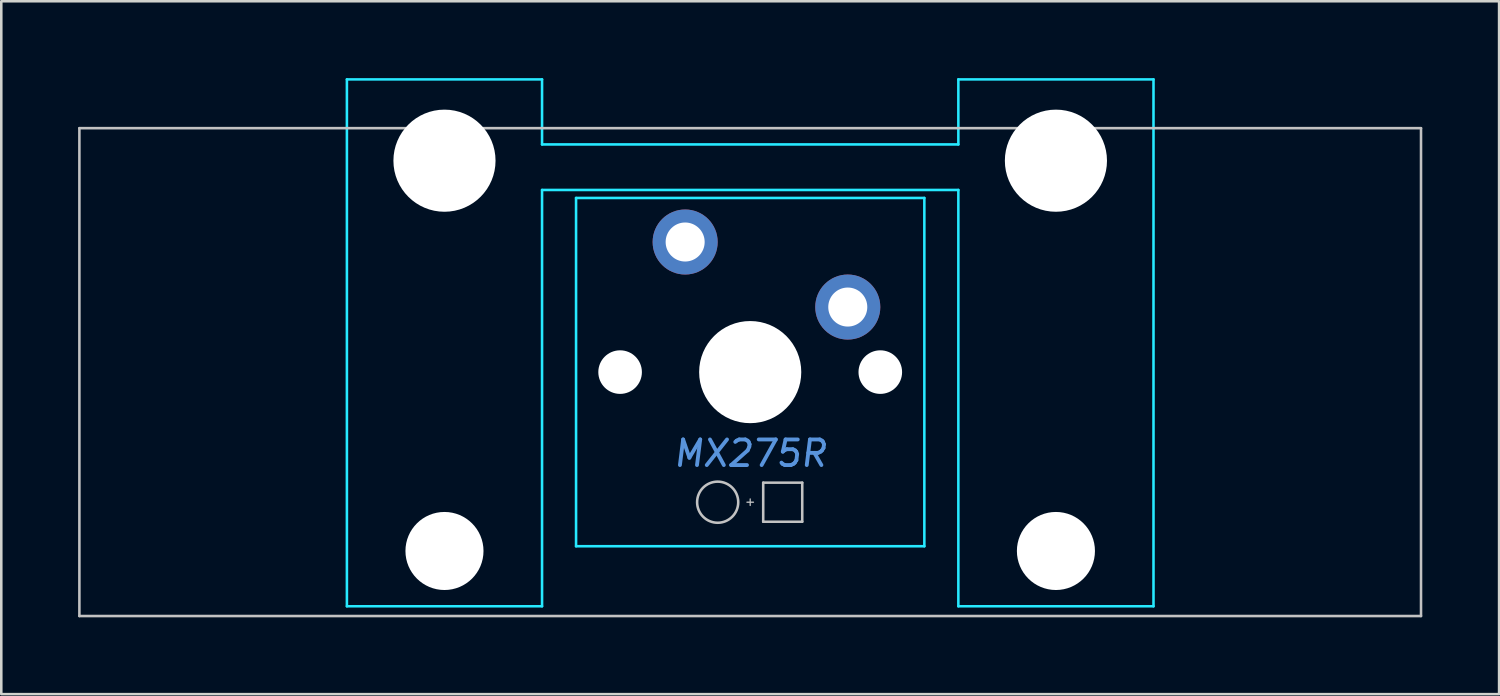
<source format=kicad_pcb>
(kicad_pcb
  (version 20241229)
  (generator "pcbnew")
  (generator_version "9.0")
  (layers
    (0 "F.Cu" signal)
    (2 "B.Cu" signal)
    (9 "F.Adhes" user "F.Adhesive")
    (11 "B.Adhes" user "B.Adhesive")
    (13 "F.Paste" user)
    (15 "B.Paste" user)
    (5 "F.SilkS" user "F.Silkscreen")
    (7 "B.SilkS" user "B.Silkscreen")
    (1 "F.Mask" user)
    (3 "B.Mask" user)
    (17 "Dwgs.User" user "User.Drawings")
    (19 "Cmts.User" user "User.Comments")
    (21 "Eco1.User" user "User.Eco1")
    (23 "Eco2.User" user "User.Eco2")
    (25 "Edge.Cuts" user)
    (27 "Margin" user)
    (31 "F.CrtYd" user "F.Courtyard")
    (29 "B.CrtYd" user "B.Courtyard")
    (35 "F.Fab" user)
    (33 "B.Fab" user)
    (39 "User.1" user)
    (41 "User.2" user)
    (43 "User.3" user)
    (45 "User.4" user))
  (footprint "MX275R"
    (layer "F.Cu")
    (at 26.244 11.48)
    (property "Reference" "MX275R" (at 0 3.175 0) (layer "Cmts.User") (effects (font (size 1 1) (thickness 0.15) (italic yes))))
    (attr through_hole)
    (fp_line (start -26.194 -9.525) (end -26.194 9.525) (stroke (width 0.1) (type solid)) (layer "Dwgs.User"))
    (fp_line (start -26.194 -9.525) (end 26.194 -9.525) (stroke (width 0.1) (type solid)) (layer "Dwgs.User"))
    (fp_line (start -26.194 9.525) (end 26.194 9.525) (stroke (width 0.1) (type solid)) (layer "Dwgs.User"))
    (fp_line (start -0.127 5.08) (end 0.127 5.08) (stroke (width 0.05) (type solid)) (layer "Dwgs.User"))
    (fp_line (start 0 5.207) (end 0 4.953) (stroke (width 0.05) (type solid)) (layer "Dwgs.User"))
    (fp_line (start 0.508 4.318) (end 0.508 5.842) (stroke (width 0.1) (type solid)) (layer "Dwgs.User"))
    (fp_line (start 0.508 4.318) (end 2.032 4.318) (stroke (width 0.1) (type solid)) (layer "Dwgs.User"))
    (fp_line (start 0.508 5.842) (end 2.032 5.842) (stroke (width 0.1) (type solid)) (layer "Dwgs.User"))
    (fp_line (start 2.032 5.842) (end 2.032 4.318) (stroke (width 0.1) (type solid)) (layer "Dwgs.User"))
    (fp_line (start 26.194 -9.525) (end 26.194 9.525) (stroke (width 0.1) (type solid)) (layer "Dwgs.User"))
    (fp_circle (center -1.27 5.08) (end -0.467 5.08) (stroke (width 0.1) (type solid)) (fill no) (layer "Dwgs.User"))
    (fp_line (start -15.438 -8.515) (end -15.438 5.485) (stroke (width 0.1) (type solid)) (layer "Eco1.User"))
    (fp_line (start -14.938 -9.015) (end -8.938 -9.015) (stroke (width 0.1) (type solid)) (layer "Eco1.User"))
    (fp_line (start -8.938 5.985) (end -14.938 5.985) (stroke (width 0.1) (type solid)) (layer "Eco1.User"))
    (fp_line (start -8.438 5.485) (end -8.438 -8.515) (stroke (width 0.1) (type solid)) (layer "Eco1.User"))
    (fp_line (start -7 -6.5) (end -7 6.5) (stroke (width 0.1) (type solid)) (layer "Eco1.User"))
    (fp_line (start -6.5 7) (end 6.5 7) (stroke (width 0.1) (type solid)) (layer "Eco1.User"))
    (fp_line (start 6.5 -7) (end -6.5 -7) (stroke (width 0.1) (type solid)) (layer "Eco1.User"))
    (fp_line (start 7 6.5) (end 7 -6.5) (stroke (width 0.1) (type solid)) (layer "Eco1.User"))
    (fp_line (start 8.438 -8.515) (end 8.438 5.485) (stroke (width 0.1) (type solid)) (layer "Eco1.User"))
    (fp_line (start 8.938 -9.015) (end 14.938 -9.015) (stroke (width 0.1) (type solid)) (layer "Eco1.User"))
    (fp_line (start 14.938 5.985) (end 8.938 5.985) (stroke (width 0.1) (type solid)) (layer "Eco1.User"))
    (fp_line (start 15.438 5.485) (end 15.438 -8.515) (stroke (width 0.1) (type solid)) (layer "Eco1.User"))
    (fp_arc (start -15.438 -8.515) (mid -15.291553 -8.868553) (end -14.938 -9.015) (stroke (width 0.1) (type solid)) (layer "Eco1.User"))
    (fp_arc (start -14.938 5.985) (mid -15.291553 5.838553) (end -15.438 5.485) (stroke (width 0.1) (type solid)) (layer "Eco1.User"))
    (fp_arc (start -8.938 -9.015) (mid -8.584447 -8.868553) (end -8.438 -8.515) (stroke (width 0.1) (type solid)) (layer "Eco1.User"))
    (fp_arc (start -8.438 5.485) (mid -8.584447 5.838553) (end -8.938 5.985) (stroke (width 0.1) (type solid)) (layer "Eco1.User"))
    (fp_arc (start -7 -6.5) (mid -6.853553 -6.853553) (end -6.5 -7) (stroke (width 0.1) (type solid)) (layer "Eco1.User"))
    (fp_arc (start -6.5 7) (mid -6.853553 6.853553) (end -7 6.5) (stroke (width 0.1) (type solid)) (layer "Eco1.User"))
    (fp_arc (start 6.5 -7) (mid 6.853553 -6.853553) (end 7 -6.5) (stroke (width 0.1) (type solid)) (layer "Eco1.User"))
    (fp_arc (start 7 6.5) (mid 6.853553 6.853553) (end 6.5 7) (stroke (width 0.1) (type solid)) (layer "Eco1.User"))
    (fp_arc (start 8.438 -8.515) (mid 8.584447 -8.868553) (end 8.938 -9.015) (stroke (width 0.1) (type solid)) (layer "Eco1.User"))
    (fp_arc (start 8.938 5.985) (mid 8.584447 5.838553) (end 8.438 5.485) (stroke (width 0.1) (type solid)) (layer "Eco1.User"))
    (fp_arc (start 14.938 -9.015) (mid 15.291553 -8.868553) (end 15.438 -8.515) (stroke (width 0.1) (type solid)) (layer "Eco1.User"))
    (fp_arc (start 15.438 5.485) (mid 15.291553 5.838553) (end 14.938 5.985) (stroke (width 0.1) (type solid)) (layer "Eco1.User"))
    (fp_line (start -15.748 -11.43) (end -8.128 -11.43) (stroke (width 0.1) (type solid)) (layer "B.CrtYd"))
    (fp_line (start -15.748 9.144) (end -15.748 -11.43) (stroke (width 0.1) (type solid)) (layer "B.CrtYd"))
    (fp_line (start -8.128 -11.43) (end -8.128 -8.89) (stroke (width 0.1) (type solid)) (layer "B.CrtYd"))
    (fp_line (start -8.128 9.144) (end -15.748 9.144) (stroke (width 0.1) (type solid)) (layer "B.CrtYd"))
    (fp_line (start -8.128 9.144) (end -8.128 -7.112) (stroke (width 0.1) (type solid)) (layer "B.CrtYd"))
    (fp_line (start -6.8 6.8) (end -6.8 -6.8) (stroke (width 0.1) (type solid)) (layer "B.CrtYd"))
    (fp_line (start 6.8 -6.8) (end -6.8 -6.8) (stroke (width 0.1) (type solid)) (layer "B.CrtYd"))
    (fp_line (start 6.8 6.8) (end -6.8 6.8) (stroke (width 0.1) (type solid)) (layer "B.CrtYd"))
    (fp_line (start 6.8 6.8) (end 6.8 -6.8) (stroke (width 0.1) (type solid)) (layer "B.CrtYd"))
    (fp_line (start 8.128 -11.43) (end 8.128 -8.89) (stroke (width 0.1) (type solid)) (layer "B.CrtYd"))
    (fp_line (start 8.128 -11.43) (end 15.748 -11.43) (stroke (width 0.1) (type solid)) (layer "B.CrtYd"))
    (fp_line (start 8.128 -8.89) (end -8.128 -8.89) (stroke (width 0.1) (type solid)) (layer "B.CrtYd"))
    (fp_line (start 8.128 -7.112) (end -8.128 -7.112) (stroke (width 0.1) (type solid)) (layer "B.CrtYd"))
    (fp_line (start 8.128 9.144) (end 8.128 -7.112) (stroke (width 0.1) (type solid)) (layer "B.CrtYd"))
    (fp_line (start 15.748 -11.43) (end 15.748 9.144) (stroke (width 0.1) (type solid)) (layer "B.CrtYd"))
    (fp_line (start 15.748 9.144) (end 8.128 9.144) (stroke (width 0.1) (type solid)) (layer "B.CrtYd"))
    (pad "" np_thru_hole circle (at -11.938 -8.255 180) (size 3.988 3.988) (drill 3.988) (layers "*.Cu" "*.Mask"))
    (pad "" np_thru_hole circle (at -11.938 6.985 180) (size 3.048 3.048) (drill 3.048) (layers "*.Cu" "*.Mask"))
    (pad "" np_thru_hole circle (at -5.08 0) (size 1.702 1.702) (drill 1.702) (layers "*.Cu" "*.Mask"))
    (pad "" np_thru_hole circle (at 0 0) (size 3.988 3.988) (drill 3.988) (layers "*.Cu" "*.Mask"))
    (pad "" np_thru_hole circle (at 5.08 0) (size 1.702 1.702) (drill 1.702) (layers "*.Cu" "*.Mask"))
    (pad "" np_thru_hole circle (at 11.938 -8.255 180) (size 3.988 3.988) (drill 3.988) (layers "*.Cu" "*.Mask"))
    (pad "" np_thru_hole circle (at 11.938 6.985 180) (size 3.048 3.048) (drill 3.048) (layers "*.Cu" "*.Mask"))
    (pad "1" thru_hole circle (at 3.81 -2.54) (size 2.54 2.54) (drill 1.524) (layers "*.Cu" "*.Mask"))
    (pad "2" thru_hole circle (at -2.54 -5.08) (size 2.54 2.54) (drill 1.524) (layers "*.Cu" "*.Mask")))
  (gr_rect
    (start -3 -3)
    (end 55.487 24.055)
    (stroke (width 0.1) (type default))
    (fill no)
    (layer "Edge.Cuts")))
</source>
